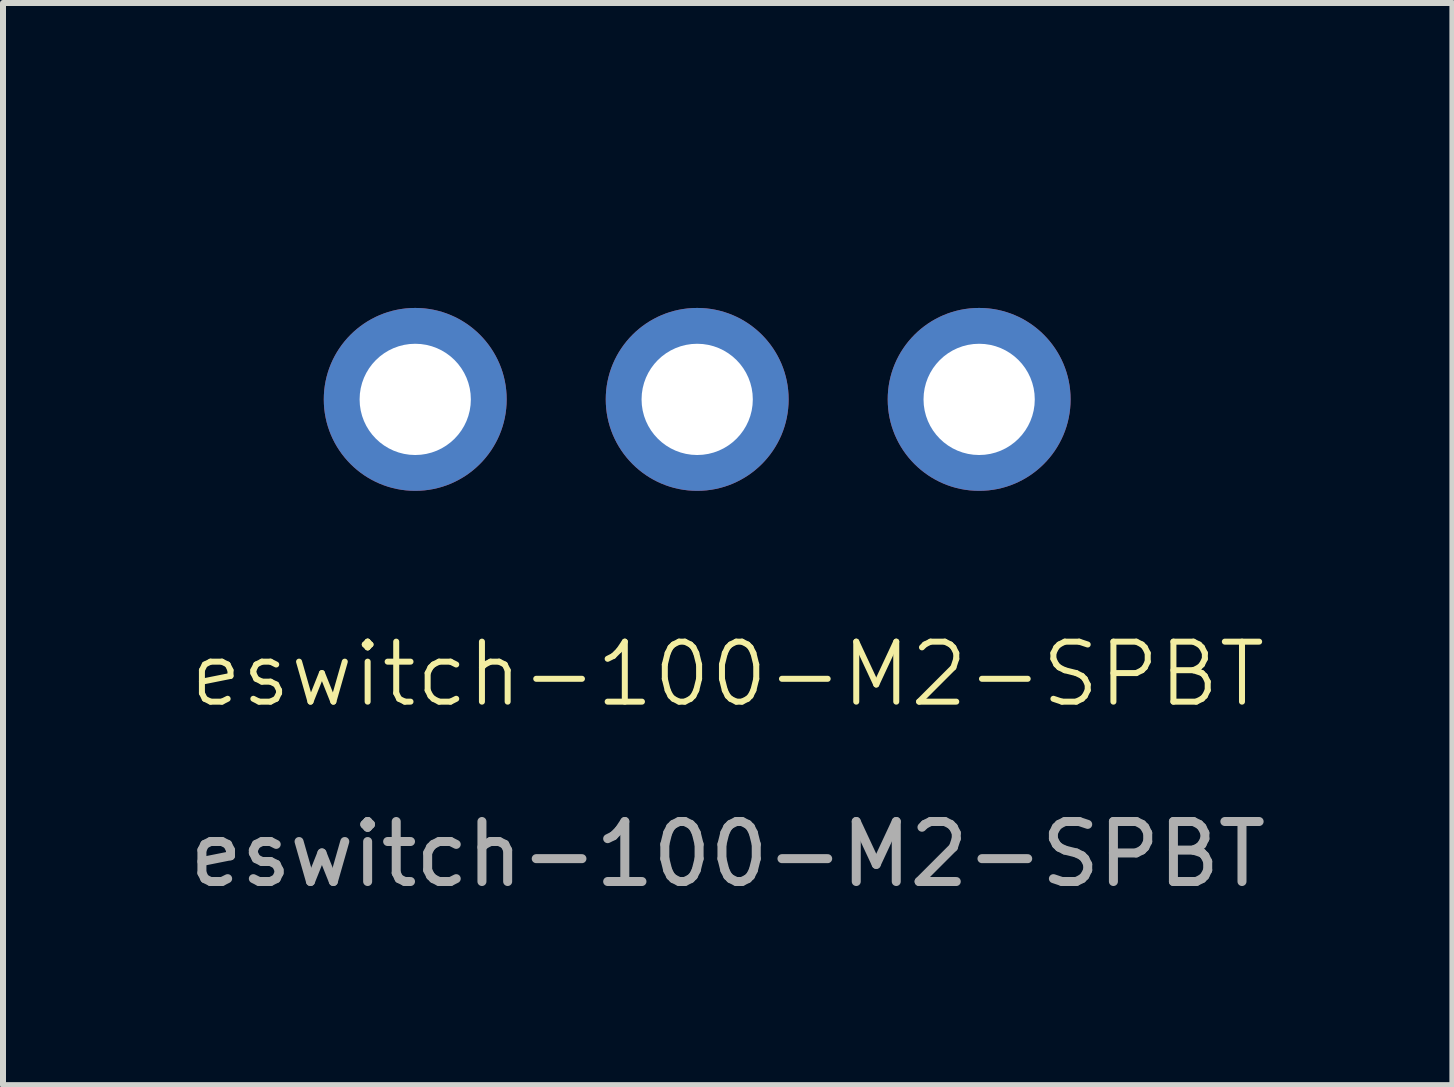
<source format=kicad_pcb>
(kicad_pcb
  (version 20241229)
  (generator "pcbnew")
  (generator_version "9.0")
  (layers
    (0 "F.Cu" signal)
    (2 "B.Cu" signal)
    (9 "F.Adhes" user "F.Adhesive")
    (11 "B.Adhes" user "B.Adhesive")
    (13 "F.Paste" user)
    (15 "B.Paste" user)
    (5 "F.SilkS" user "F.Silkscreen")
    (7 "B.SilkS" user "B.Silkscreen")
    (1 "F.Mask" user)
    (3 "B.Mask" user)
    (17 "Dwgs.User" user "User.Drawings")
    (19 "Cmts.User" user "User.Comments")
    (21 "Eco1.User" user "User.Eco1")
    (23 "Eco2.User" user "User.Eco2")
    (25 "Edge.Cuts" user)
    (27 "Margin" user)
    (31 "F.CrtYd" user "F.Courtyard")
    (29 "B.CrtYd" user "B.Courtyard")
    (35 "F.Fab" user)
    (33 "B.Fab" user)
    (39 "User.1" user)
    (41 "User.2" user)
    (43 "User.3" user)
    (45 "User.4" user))
  (footprint "eswitch-100-M2-SPBT"
    (layer "F.Cu")
    (at 9.077 8.686)
    (property "Reference" "eswitch-100-M2-SPBT" (at 0 -0.5 0) (unlocked yes) (layer "F.SilkS") (effects (font (size 1 1) (thickness 0.1))))
    (attr through_hole)
    (fp_poly (pts (xy -6.858 -8.636) (xy 5.842 -8.636) (xy 5.842 -1.778) (xy -6.858 -1.778)) (stroke (width 0.1) (type solid)) (fill no) (layer "Eco1.User"))
    (fp_text user "${REFERENCE}" (at 0 2.5 0) (unlocked yes) (layer "F.Fab") (effects (font (size 1 1) (thickness 0.15))))
    (pad "1" thru_hole circle (at -5.207 -5.08) (size 3.048 3.048) (drill 1.854) (layers "*.Cu" "*.Mask"))
    (pad "2" thru_hole circle (at -0.508 -5.08) (size 3.048 3.048) (drill 1.854) (layers "*.Cu" "*.Mask"))
    (pad "3" thru_hole circle (at 4.191 -5.08) (size 3.048 3.048) (drill 1.854) (layers "*.Cu" "*.Mask")))
  (gr_rect
    (start -3 -3)
    (end 21.155 15.034)
    (stroke (width 0.1) (type default))
    (fill no)
    (layer "Edge.Cuts")))
</source>
